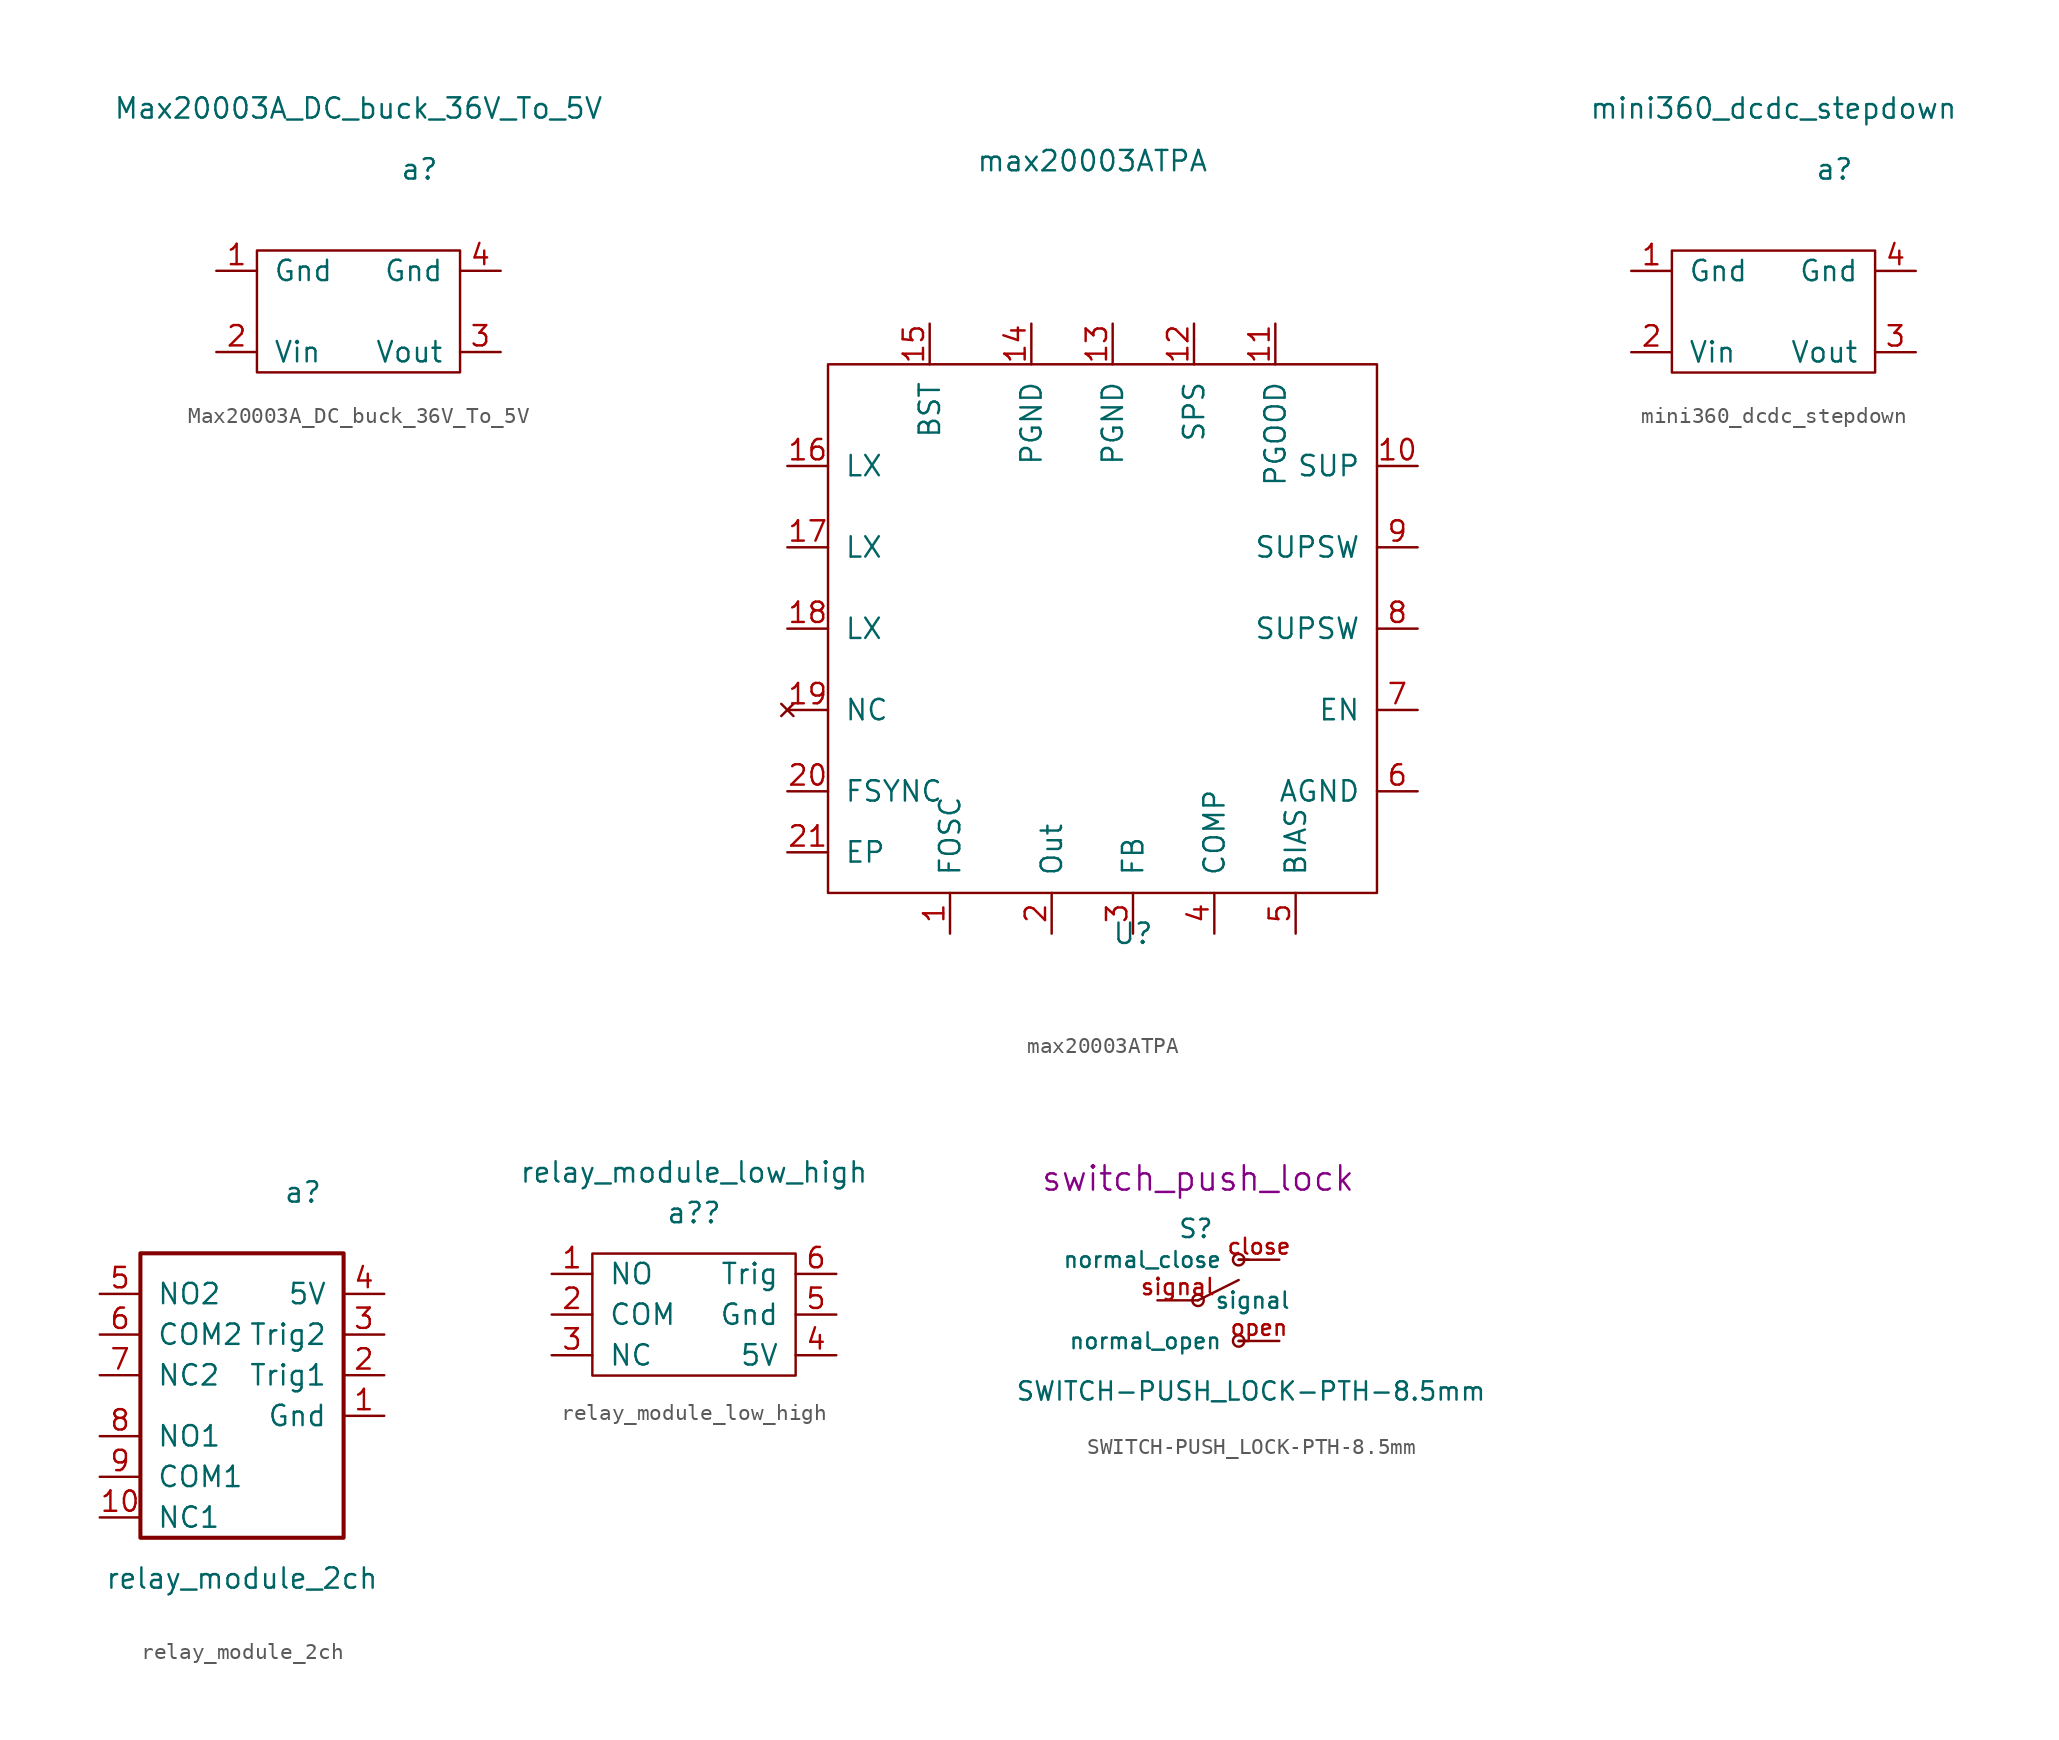
<source format=kicad_sym>
(kicad_symbol_lib
  (version 20211014)
  (generator kicad_symbol_editor)
  (symbol "Max20003A_DC_buck_36V_To_5V"
    (pin_names
      (offset 1.016))
    (property "Reference" "a"
      (at 3.81 8.89 0)
      (effects (font (size 1.27 1.27))))
    (property "Value" "Max20003A_DC_buck_36V_To_5V"
      (at 0 12.7 0)
      (effects (font (size 1.27 1.27))))
    (symbol "Max20003A_DC_buck_36V_To_5V_0_1"
      (rectangle (start -6.35 3.81) (end 6.35 -3.81) (stroke (width 0) (type default) (color 0 0 0 0)) (fill (type none))))
    (symbol "Max20003A_DC_buck_36V_To_5V_1_1"
      (pin input line (at -8.89 2.54 0) (length 2.54) (name "Gnd" (effects (font (size 1.27 1.27)))) (number "1" (effects (font (size 1.27 1.27)))))
      (pin input line (at -8.89 -2.54 0) (length 2.54) (name "Vin" (effects (font (size 1.27 1.27)))) (number "2" (effects (font (size 1.27 1.27)))))
      (pin output line (at 8.89 -2.54 180) (length 2.54) (name "Vout" (effects (font (size 1.27 1.27)))) (number "3" (effects (font (size 1.27 1.27)))))
      (pin output line (at 8.89 2.54 180) (length 2.54) (name "Gnd" (effects (font (size 1.27 1.27)))) (number "4" (effects (font (size 1.27 1.27)))))))
  (symbol "max20003ATPA"
    (pin_names
      (offset 1.016))
    (property "Reference" "U"
      (at 1.27 -19.05 0)
      (effects (font (size 1.27 1.27))))
    (property "Value" "max20003ATPA"
      (at -1.27 29.21 0)
      (effects (font (size 1.27 1.27))))
    (symbol "max20003ATPA_0_1"
      (rectangle (start -17.78 16.51) (end 16.51 -16.51) (stroke (width 0) (type default) (color 0 0 0 0)) (fill (type none))))
    (symbol "max20003ATPA_1_1"
      (pin bidirectional line (at -10.16 -19.05 90) (length 2.54) (name "FOSC" (effects (font (size 1.27 1.27)))) (number "1" (effects (font (size 1.27 1.27)))))
      (pin power_in line (at 19.05 10.16 180) (length 2.54) (name "SUP" (effects (font (size 1.27 1.27)))) (number "10" (effects (font (size 1.27 1.27)))))
      (pin output line (at 10.16 19.05 270) (length 2.54) (name "PGOOD" (effects (font (size 1.27 1.27)))) (number "11" (effects (font (size 1.27 1.27)))))
      (pin input line (at 5.08 19.05 270) (length 2.54) (name "SPS" (effects (font (size 1.27 1.27)))) (number "12" (effects (font (size 1.27 1.27)))))
      (pin passive line (at 0 19.05 270) (length 2.54) (name "PGND" (effects (font (size 1.27 1.27)))) (number "13" (effects (font (size 1.27 1.27)))))
      (pin power_out line (at -5.08 19.05 270) (length 2.54) (name "PGND" (effects (font (size 1.27 1.27)))) (number "14" (effects (font (size 1.27 1.27)))))
      (pin output line (at -11.43 19.05 270) (length 2.54) (name "BST" (effects (font (size 1.27 1.27)))) (number "15" (effects (font (size 1.27 1.27)))))
      (pin bidirectional line (at -20.32 10.16 0) (length 2.54) (name "LX" (effects (font (size 1.27 1.27)))) (number "16" (effects (font (size 1.27 1.27)))))
      (pin bidirectional line (at -20.32 5.08 0) (length 2.54) (name "LX" (effects (font (size 1.27 1.27)))) (number "17" (effects (font (size 1.27 1.27)))))
      (pin bidirectional line (at -20.32 0 0) (length 2.54) (name "LX" (effects (font (size 1.27 1.27)))) (number "18" (effects (font (size 1.27 1.27)))))
      (pin no_connect line (at -20.32 -5.08 0) (length 2.54) (name "NC" (effects (font (size 1.27 1.27)))) (number "19" (effects (font (size 1.27 1.27)))))
      (pin power_out line (at -3.81 -19.05 90) (length 2.54) (name "Out" (effects (font (size 1.27 1.27)))) (number "2" (effects (font (size 1.27 1.27)))))
      (pin input line (at -20.32 -10.16 0) (length 2.54) (name "FSYNC" (effects (font (size 1.27 1.27)))) (number "20" (effects (font (size 1.27 1.27)))))
      (pin passive line (at -20.32 -13.97 0) (length 2.54) (name "EP" (effects (font (size 1.27 1.27)))) (number "21" (effects (font (size 1.27 1.27)))))
      (pin input line (at 1.27 -19.05 90) (length 2.54) (name "FB" (effects (font (size 1.27 1.27)))) (number "3" (effects (font (size 1.27 1.27)))))
      (pin output line (at 6.35 -19.05 90) (length 2.54) (name "COMP" (effects (font (size 1.27 1.27)))) (number "4" (effects (font (size 1.27 1.27)))))
      (pin output line (at 11.43 -19.05 90) (length 2.54) (name "BIAS" (effects (font (size 1.27 1.27)))) (number "5" (effects (font (size 1.27 1.27)))))
      (pin passive line (at 19.05 -10.16 180) (length 2.54) (name "AGND" (effects (font (size 1.27 1.27)))) (number "6" (effects (font (size 1.27 1.27)))))
      (pin input line (at 19.05 -5.08 180) (length 2.54) (name "EN" (effects (font (size 1.27 1.27)))) (number "7" (effects (font (size 1.27 1.27)))))
      (pin passive line (at 19.05 0 180) (length 2.54) (name "SUPSW" (effects (font (size 1.27 1.27)))) (number "8" (effects (font (size 1.27 1.27)))))
      (pin passive line (at 19.05 5.08 180) (length 2.54) (name "SUPSW" (effects (font (size 1.27 1.27)))) (number "9" (effects (font (size 1.27 1.27)))))))
  (symbol "mini360_dcdc_stepdown"
    (pin_names
      (offset 1.016))
    (property "Reference" "a"
      (at 3.81 8.89 0)
      (effects (font (size 1.27 1.27))))
    (property "Value" "mini360_dcdc_stepdown"
      (at 0 12.7 0)
      (effects (font (size 1.27 1.27))))
    (symbol "mini360_dcdc_stepdown_0_1"
      (rectangle (start -6.35 3.81) (end 6.35 -3.81) (stroke (width 0) (type default) (color 0 0 0 0)) (fill (type none))))
    (symbol "mini360_dcdc_stepdown_1_1"
      (pin input line (at -8.89 2.54 0) (length 2.54) (name "Gnd" (effects (font (size 1.27 1.27)))) (number "1" (effects (font (size 1.27 1.27)))))
      (pin input line (at -8.89 -2.54 0) (length 2.54) (name "Vin" (effects (font (size 1.27 1.27)))) (number "2" (effects (font (size 1.27 1.27)))))
      (pin output line (at 8.89 -2.54 180) (length 2.54) (name "Vout" (effects (font (size 1.27 1.27)))) (number "3" (effects (font (size 1.27 1.27)))))
      (pin output line (at 8.89 2.54 180) (length 2.54) (name "Gnd" (effects (font (size 1.27 1.27)))) (number "4" (effects (font (size 1.27 1.27)))))))
  (symbol "relay_module_2ch"
    (pin_names
      (offset 1.016))
    (property "Reference" "a"
      (at 3.81 8.89 0)
      (effects (font (size 1.27 1.27))))
    (property "Value" "relay_module_2ch"
      (at 0 -15.24 0)
      (effects (font (size 1.27 1.27))))
    (symbol "relay_module_2ch_0_1"
      (rectangle (start -6.35 5.08) (end 6.35 -12.7) (stroke (width 0.254) (type default) (color 0 0 0 0)) (fill (type none))))
    (symbol "relay_module_2ch_1_1"
      (pin power_in line (at 8.89 -5.08 180) (length 2.54) (name "Gnd" (effects (font (size 1.27 1.27)))) (number "1" (effects (font (size 1.27 1.27)))))
      (pin passive line (at -8.89 -11.43 0) (length 2.54) (name "NC1" (effects (font (size 1.27 1.27)))) (number "10" (effects (font (size 1.27 1.27)))))
      (pin input line (at 8.89 -2.54 180) (length 2.54) (name "Trig1" (effects (font (size 1.27 1.27)))) (number "2" (effects (font (size 1.27 1.27)))))
      (pin input line (at 8.89 0 180) (length 2.54) (name "Trig2" (effects (font (size 1.27 1.27)))) (number "3" (effects (font (size 1.27 1.27)))))
      (pin power_in line (at 8.89 2.54 180) (length 2.54) (name "5V" (effects (font (size 1.27 1.27)))) (number "4" (effects (font (size 1.27 1.27)))))
      (pin passive line (at -8.89 2.54 0) (length 2.54) (name "NO2" (effects (font (size 1.27 1.27)))) (number "5" (effects (font (size 1.27 1.27)))))
      (pin passive line (at -8.89 0 0) (length 2.54) (name "COM2" (effects (font (size 1.27 1.27)))) (number "6" (effects (font (size 1.27 1.27)))))
      (pin passive line (at -8.89 -2.54 0) (length 2.54) (name "NC2" (effects (font (size 1.27 1.27)))) (number "7" (effects (font (size 1.27 1.27)))))
      (pin passive line (at -8.89 -6.35 0) (length 2.54) (name "NO1" (effects (font (size 1.27 1.27)))) (number "8" (effects (font (size 1.27 1.27)))))
      (pin passive line (at -8.89 -8.89 0) (length 2.54) (name "COM1" (effects (font (size 1.27 1.27)))) (number "9" (effects (font (size 1.27 1.27)))))))
  (symbol "relay_module_low_high"
    (pin_names
      (offset 1.016))
    (property "Reference" "a?"
      (at 0 6.35 0)
      (effects (font (size 1.27 1.27))))
    (property "Value" "relay_module_low_high"
      (at 0 8.89 0)
      (effects (font (size 1.27 1.27))))
    (symbol "relay_module_low_high_0_1"
      (rectangle (start -6.35 3.81) (end 6.35 -3.81) (stroke (width 0) (type default) (color 0 0 0 0)) (fill (type none))))
    (symbol "relay_module_low_high_1_1"
      (pin passive line (at -8.89 2.54 0) (length 2.54) (name "NO" (effects (font (size 1.27 1.27)))) (number "1" (effects (font (size 1.27 1.27)))))
      (pin passive line (at -8.89 0 0) (length 2.54) (name "COM" (effects (font (size 1.27 1.27)))) (number "2" (effects (font (size 1.27 1.27)))))
      (pin passive line (at -8.89 -2.54 0) (length 2.54) (name "NC" (effects (font (size 1.27 1.27)))) (number "3" (effects (font (size 1.27 1.27)))))
      (pin power_in line (at 8.89 -2.54 180) (length 2.54) (name "5V" (effects (font (size 1.27 1.27)))) (number "4" (effects (font (size 1.27 1.27)))))
      (pin power_in line (at 8.89 0 180) (length 2.54) (name "Gnd" (effects (font (size 1.27 1.27)))) (number "5" (effects (font (size 1.27 1.27)))))
      (pin input line (at 8.89 2.54 180) (length 2.54) (name "Trig" (effects (font (size 1.27 1.27)))) (number "6" (effects (font (size 1.27 1.27)))))))
  (symbol "SWITCH-PUSH_LOCK-PTH-8.5mm"
    (pin_names
      (offset 1.016))
    (property "Reference" "S"
      (at -1.27 3.81 0)
      (effects (font (size 1.143 1.143)) (justify left bottom)))
    (property "Value" "SWITCH-PUSH_LOCK-PTH-8.5mm"
      (at -11.43 -6.35 0)
      (effects (font (size 1.143 1.143)) (justify left bottom)))
    (property "Field4" "switch_push_lock"
      (at 0 7.62 0)
      (effects (font (size 1.524 1.524))))
    (symbol "SWITCH-PUSH_LOCK-PTH-8.5mm_0_1"
      (pin passive line (at 5.08 2.54 180) (length 2.54) (name "normal_close" (effects (font (size 0.991 0.991)))) (number "close" (effects (font (size 0.991 0.991)))))
      (pin passive line (at 5.08 -2.54 180) (length 2.54) (name "normal_open" (effects (font (size 0.991 0.991)))) (number "open" (effects (font (size 0.991 0.991))))))
    (symbol "SWITCH-PUSH_LOCK-PTH-8.5mm_1_0"
      (polyline (pts (xy 0 0) (xy 2.54 1.27)) (stroke (width 0) (type default) (color 0 0 0 0)) (fill (type none)))
      (polyline (pts (xy 2.54 -2.54) (xy 3.175 -2.54)) (stroke (width 0) (type default) (color 0 0 0 0)) (fill (type none)))
      (polyline (pts (xy 2.54 2.54) (xy 3.175 2.54)) (stroke (width 0) (type default) (color 0 0 0 0)) (fill (type none))))
    (symbol "SWITCH-PUSH_LOCK-PTH-8.5mm_1_1"
      (circle (center 0 0) (radius 0.356) (stroke (width 0) (type default) (color 0 0 0 0)) (fill (type none)))
      (circle (center 2.54 -2.54) (radius 0.356) (stroke (width 0) (type default) (color 0 0 0 0)) (fill (type none)))
      (circle (center 2.54 2.54) (radius 0.356) (stroke (width 0) (type default) (color 0 0 0 0)) (fill (type none)))
      (pin passive line (at -2.54 0 0) (length 2.54) (name "signal" (effects (font (size 1.016 1.016)))) (number "signal" (effects (font (size 1.016 1.016))))))))
</source>
